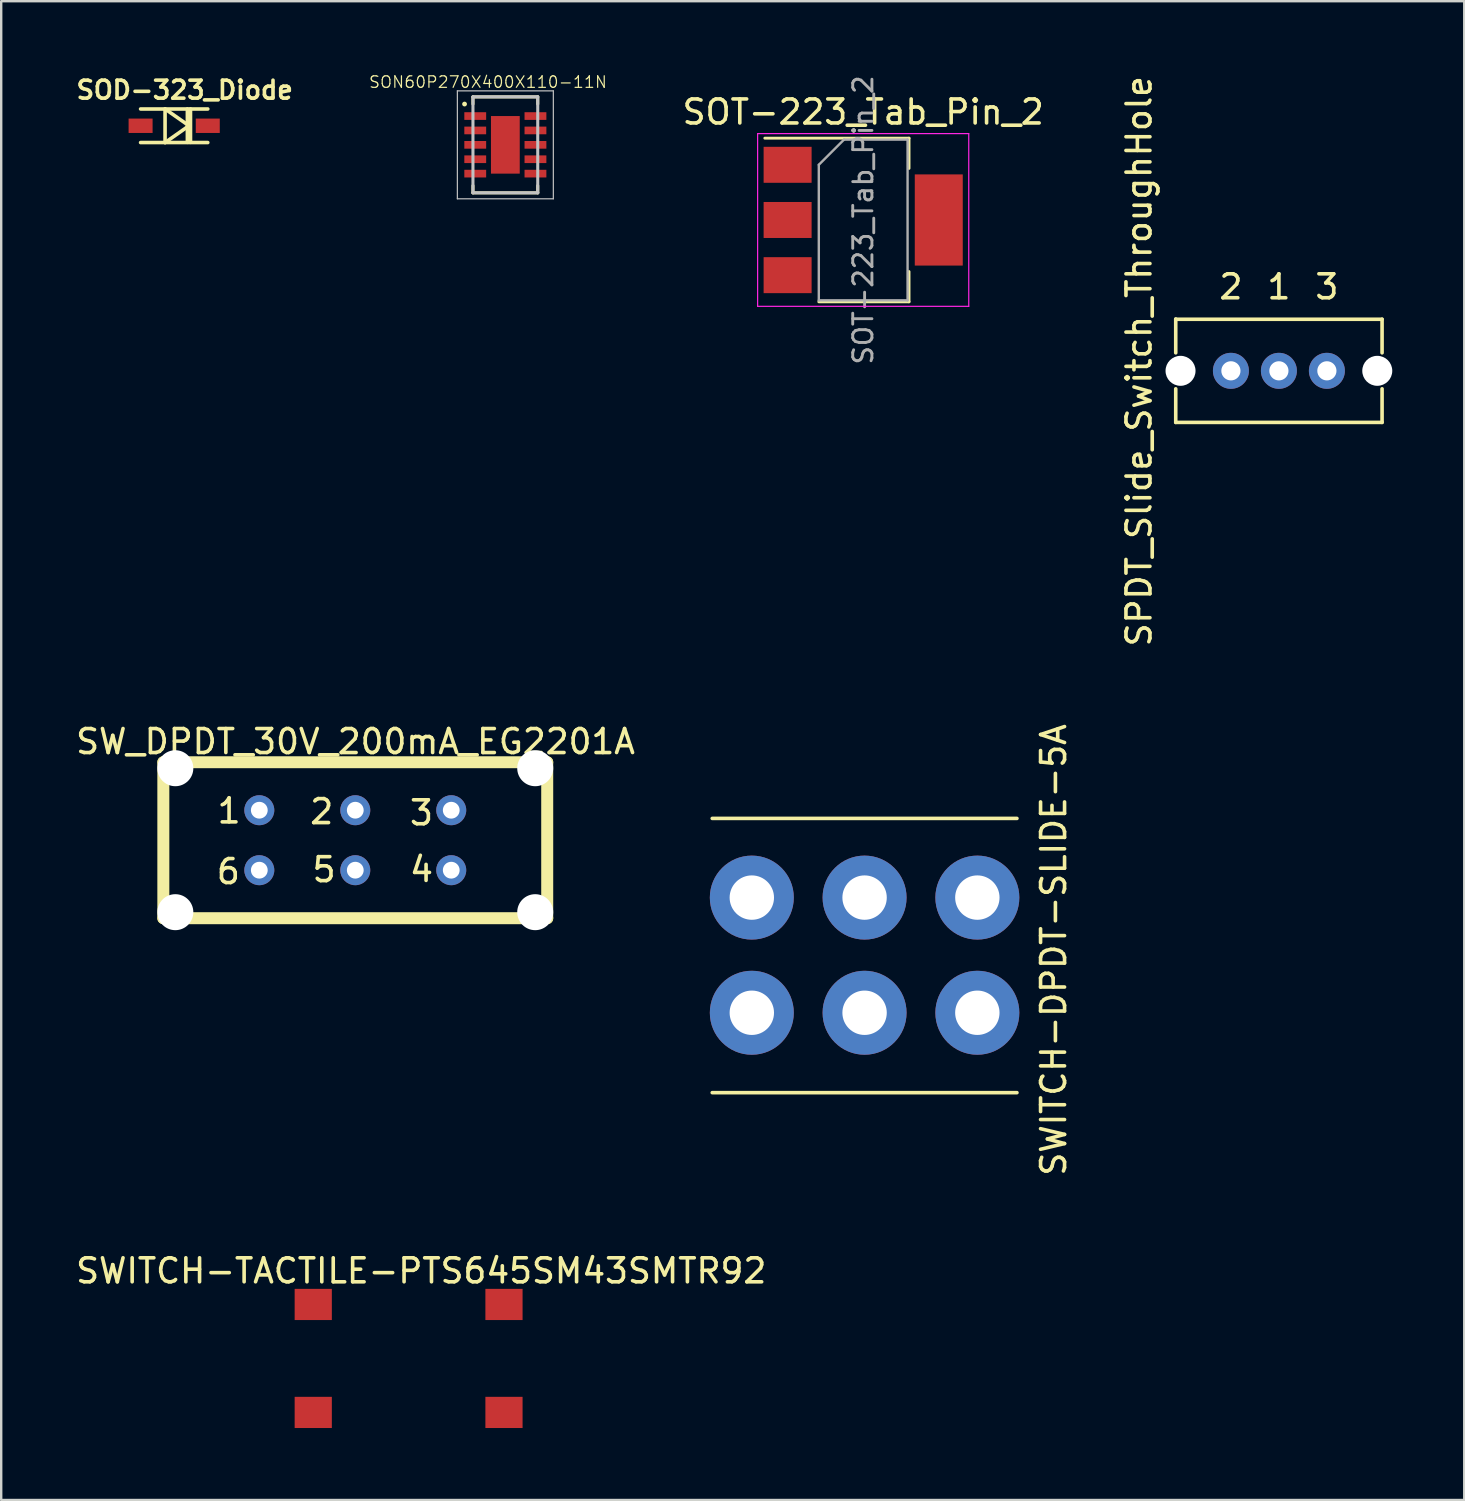
<source format=kicad_pcb>
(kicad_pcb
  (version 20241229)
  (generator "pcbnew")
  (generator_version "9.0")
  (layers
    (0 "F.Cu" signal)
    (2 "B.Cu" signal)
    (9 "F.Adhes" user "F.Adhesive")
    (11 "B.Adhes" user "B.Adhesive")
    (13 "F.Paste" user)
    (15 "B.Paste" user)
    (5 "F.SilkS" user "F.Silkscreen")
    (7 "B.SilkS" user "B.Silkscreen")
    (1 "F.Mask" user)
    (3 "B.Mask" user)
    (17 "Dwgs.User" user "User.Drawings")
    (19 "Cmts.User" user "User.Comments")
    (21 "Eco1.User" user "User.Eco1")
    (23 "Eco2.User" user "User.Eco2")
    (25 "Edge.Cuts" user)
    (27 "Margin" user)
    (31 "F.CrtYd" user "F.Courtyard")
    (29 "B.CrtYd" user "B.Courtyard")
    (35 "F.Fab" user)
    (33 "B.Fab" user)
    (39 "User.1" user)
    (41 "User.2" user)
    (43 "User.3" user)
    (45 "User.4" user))
  (footprint "SPDT_Slide_Switch_ThroughHole"
    (layer "F.Cu")
    (at 50.255 12.406)
    (property "Reference" "SPDT_Slide_Switch_ThroughHole" (at -5.83 -0.4 270) (layer "F.SilkS") (effects (font (size 1 1) (thickness 0.15))))
    (attr through_hole)
    (fp_line (start -4.3 -2.16) (end -4.3 -0.75) (stroke (width 0.15) (type solid)) (layer "F.SilkS"))
    (fp_line (start -4.3 -2.15) (end 4.3 -2.15) (stroke (width 0.15) (type solid)) (layer "F.SilkS"))
    (fp_line (start -4.3 2.15) (end -4.3 0.75) (stroke (width 0.15) (type solid)) (layer "F.SilkS"))
    (fp_line (start -4.3 2.15) (end 4.3 2.15) (stroke (width 0.15) (type solid)) (layer "F.SilkS"))
    (fp_line (start 4.3 -2.15) (end 4.3 -0.75) (stroke (width 0.15) (type solid)) (layer "F.SilkS"))
    (fp_line (start 4.3 2.15) (end 4.3 0.75) (stroke (width 0.15) (type solid)) (layer "F.SilkS"))
    (fp_text user "3" (at 2 -3.5 0) (layer "F.SilkS") (effects (font (size 1 1) (thickness 0.15))))
    (fp_text user "1" (at 0 -3.5 0) (layer "F.SilkS") (effects (font (size 1 1) (thickness 0.15))))
    (fp_text user "2" (at -2 -3.5 0) (layer "F.SilkS") (effects (font (size 1 1) (thickness 0.15))))
    (pad "" np_thru_hole circle (at -4.1 0) (size 1.25 1.25) (drill 1.25) (layers "*.Cu" "*.Mask"))
    (pad "" np_thru_hole circle (at 4.1 0) (size 1.25 1.25) (drill 1.25) (layers "*.Cu" "*.Mask"))
    (pad "1" thru_hole circle (at 0 0) (size 1.5 1.5) (drill 0.8) (layers "*.Cu" "*.Mask"))
    (pad "2" thru_hole circle (at -2 0) (size 1.5 1.5) (drill 0.8) (layers "*.Cu" "*.Mask"))
    (pad "3" thru_hole circle (at 2 0) (size 1.5 1.5) (drill 0.8) (layers "*.Cu" "*.Mask")))
  (footprint "SW_DPDT_30V_200mA_EG2201A"
    (layer "F.Cu")
    (at 11.758 31.97)
    (property "Reference" "SW_DPDT_30V_200mA_EG2201A" (at 0.01 -4.11 0) (layer "F.SilkS") (effects (font (size 1 1) (thickness 0.15))))
    (attr through_hole)
    (fp_line (start -8 -3.25) (end -8 3.25) (stroke (width 0.5) (type solid)) (layer "F.SilkS"))
    (fp_line (start -8 -3.25) (end 8 -3.25) (stroke (width 0.5) (type solid)) (layer "F.SilkS"))
    (fp_line (start 8 -3.25) (end 8 3.25) (stroke (width 0.5) (type solid)) (layer "F.SilkS"))
    (fp_line (start 8 3.25) (end -8 3.25) (stroke (width 0.5) (type solid)) (layer "F.SilkS"))
    (fp_text user "3" (at 2.76 -1.14 0) (layer "F.SilkS") (effects (font (size 1 1) (thickness 0.15))))
    (fp_text user "1" (at -5.26 -1.22 0) (layer "F.SilkS") (effects (font (size 1 1) (thickness 0.15))))
    (fp_text user "4" (at 2.76 1.22 0) (layer "F.SilkS") (effects (font (size 1 1) (thickness 0.15))))
    (fp_text user "6" (at -5.29 1.31 0) (layer "F.SilkS") (effects (font (size 1 1) (thickness 0.15))))
    (fp_text user "2" (at -1.4 -1.19 0) (layer "F.SilkS") (effects (font (size 1 1) (thickness 0.15))))
    (fp_text user "5" (at -1.3 1.23 0) (layer "F.SilkS") (effects (font (size 1 1) (thickness 0.15))))
    (pad "" np_thru_hole circle (at -7.5 -3) (size 1.5 1.5) (drill 1.5) (layers "*.Cu" "*.Mask"))
    (pad "" np_thru_hole circle (at -7.5 3) (size 1.5 1.5) (drill 1.5) (layers "*.Cu" "*.Mask"))
    (pad "" np_thru_hole circle (at 7.5 -3) (size 1.5 1.5) (drill 1.5) (layers "*.Cu" "*.Mask"))
    (pad "" np_thru_hole circle (at 7.5 3) (size 1.5 1.5) (drill 1.5) (layers "*.Cu" "*.Mask"))
    (pad "1" thru_hole circle (at -4 -1.25) (size 1.25 1.25) (drill 0.7) (layers "*.Cu" "*.Mask"))
    (pad "2" thru_hole circle (at 0 -1.25) (size 1.25 1.25) (drill 0.7) (layers "*.Cu" "*.Mask"))
    (pad "3" thru_hole circle (at 4 -1.25) (size 1.25 1.25) (drill 0.7) (layers "*.Cu" "*.Mask"))
    (pad "4" thru_hole circle (at 4 1.25) (size 1.25 1.25) (drill 0.7) (layers "*.Cu" "*.Mask"))
    (pad "5" thru_hole circle (at 0 1.25) (size 1.25 1.25) (drill 0.7) (layers "*.Cu" "*.Mask"))
    (pad "6" thru_hole circle (at -4 1.25) (size 1.25 1.25) (drill 0.7) (layers "*.Cu" "*.Mask")))
  (footprint "SWITCH-TACTILE-PTS645SM43SMTR92"
    (layer "F.Cu")
    (at 10.006 51.32)
    (property "Reference" "SWITCH-TACTILE-PTS645SM43SMTR92" (at 4.5 -1.4 0) (layer "F.SilkS") (effects (font (size 1 1) (thickness 0.15))))
    (attr through_hole)
    (pad "1" smd rect (at 0 0) (size 1.55 1.3) (layers "F.Cu" "F.Mask" "F.Paste"))
    (pad "1" smd rect (at 7.95 0) (size 1.55 1.3) (layers "F.Cu" "F.Mask" "F.Paste"))
    (pad "2" smd rect (at 0 4.5) (size 1.55 1.3) (layers "F.Cu" "F.Mask" "F.Paste"))
    (pad "2" smd rect (at 7.95 4.5) (size 1.55 1.3) (layers "F.Cu" "F.Mask" "F.Paste")))
  (footprint "SON60P270X400X110-11N"
    (layer "F.Cu")
    (at 18.013 2.987)
    (property "Reference" "SON60P270X400X110-11N" (at -0.723 -2.617 0) (layer "F.SilkS") (effects (font (size 0.481 0.481) (thickness 0.05))))
    (attr smd)
    (fp_line (start -1.35 -2) (end -1.35 -1.7) (stroke (width 0.127) (type solid)) (layer "F.SilkS"))
    (fp_line (start -1.35 1.7) (end -1.35 2) (stroke (width 0.127) (type solid)) (layer "F.SilkS"))
    (fp_line (start -1.35 2) (end 1.35 2) (stroke (width 0.127) (type solid)) (layer "F.SilkS"))
    (fp_line (start 1.35 -2) (end -1.35 -2) (stroke (width 0.127) (type solid)) (layer "F.SilkS"))
    (fp_line (start 1.35 -2) (end 1.35 -1.7) (stroke (width 0.127) (type solid)) (layer "F.SilkS"))
    (fp_line (start 1.35 2) (end 1.35 1.7) (stroke (width 0.127) (type solid)) (layer "F.SilkS"))
    (fp_circle (center -1.7 -1.7) (end -1.65 -1.7) (stroke (width 0.1) (type solid)) (fill no) (layer "F.SilkS"))
    (fp_poly (pts (xy -0.381 -0.76) (xy 0.38 -0.76) (xy 0.38 0.762) (xy -0.381 0.762)) (stroke (width 0.381) (type solid)) (fill yes) (layer "F.Paste"))
    (fp_line (start -2 -2.25) (end 2 -2.25) (stroke (width 0.05) (type solid)) (layer "Dwgs.User"))
    (fp_line (start -2 2.25) (end -2 -2.25) (stroke (width 0.05) (type solid)) (layer "Dwgs.User"))
    (fp_line (start -1.35 -2) (end 1.35 -2) (stroke (width 0.127) (type solid)) (layer "Dwgs.User"))
    (fp_line (start -1.35 2) (end -1.35 -2) (stroke (width 0.127) (type solid)) (layer "Dwgs.User"))
    (fp_line (start 1.35 -2) (end 1.35 2) (stroke (width 0.127) (type solid)) (layer "Dwgs.User"))
    (fp_line (start 1.35 2) (end -1.35 2) (stroke (width 0.127) (type solid)) (layer "Dwgs.User"))
    (fp_line (start 2 -2.25) (end 2 2.25) (stroke (width 0.05) (type solid)) (layer "Dwgs.User"))
    (fp_line (start 2 2.25) (end -2 2.25) (stroke (width 0.05) (type solid)) (layer "Dwgs.User"))
    (pad "1" smd rect (at -1.255 -1.2) (size 0.91 0.32) (layers "F.Cu" "F.Mask" "F.Paste"))
    (pad "2" smd rect (at -1.255 -0.6) (size 0.91 0.32) (layers "F.Cu" "F.Mask" "F.Paste"))
    (pad "3" smd rect (at -1.255 0) (size 0.91 0.32) (layers "F.Cu" "F.Mask" "F.Paste"))
    (pad "4" smd rect (at -1.255 0.6) (size 0.91 0.32) (layers "F.Cu" "F.Mask" "F.Paste"))
    (pad "5" smd rect (at -1.255 1.2) (size 0.91 0.32) (layers "F.Cu" "F.Mask" "F.Paste"))
    (pad "6" smd rect (at 1.255 1.2) (size 0.91 0.32) (layers "F.Cu" "F.Mask" "F.Paste"))
    (pad "7" smd rect (at 1.255 0.6) (size 0.91 0.32) (layers "F.Cu" "F.Mask" "F.Paste"))
    (pad "8" smd rect (at 1.255 0) (size 0.91 0.32) (layers "F.Cu" "F.Mask" "F.Paste"))
    (pad "9" smd rect (at 1.255 -0.6) (size 0.91 0.32) (layers "F.Cu" "F.Mask" "F.Paste"))
    (pad "10" smd rect (at 1.255 -1.2) (size 0.91 0.32) (layers "F.Cu" "F.Mask" "F.Paste"))
    (pad "11" smd rect (at 0 0) (size 1.2 2.4) (layers "F.Cu" "F.Mask" "F.Paste")))
  (footprint "SOD-323_Diode"
    (layer "F.Cu")
    (at 4.21 2.192)
    (property "Reference" "SOD-323_Diode" (at 0.44 -1.49 0) (layer "F.SilkS") (effects (font (size 0.75 0.75) (thickness 0.15))))
    (attr through_hole)
    (fp_line (start -1.4 -0.7) (end 1.4 -0.7) (stroke (width 0.15) (type solid)) (layer "F.SilkS"))
    (fp_line (start -1.4 0.7) (end 1.4 0.7) (stroke (width 0.15) (type solid)) (layer "F.SilkS"))
    (fp_line (start -0.38 -0.7) (end -0.38 0.7) (stroke (width 0.15) (type solid)) (layer "F.SilkS"))
    (fp_line (start -0.38 0.7) (end 0.63 -0.01) (stroke (width 0.15) (type solid)) (layer "F.SilkS"))
    (fp_line (start 0.55 -0.7) (end 0.55 0.69) (stroke (width 0.15) (type solid)) (layer "F.SilkS"))
    (fp_line (start 0.62 0) (end -0.38 -0.7) (stroke (width 0.15) (type solid)) (layer "F.SilkS"))
    (fp_line (start 0.68 -0.7) (end 0.68 0.69) (stroke (width 0.15) (type solid)) (layer "F.SilkS"))
    (pad "1" smd rect (at 1.4 0) (size 1 0.6) (layers "F.Cu" "F.Mask" "F.Paste"))
    (pad "2" smd rect (at -1.4 0) (size 1 0.6) (layers "F.Cu" "F.Mask" "F.Paste")))
  (footprint "SWITCH-DPDT-SLIDE-5A"
    (layer "F.Cu")
    (at 32.986 34.362)
    (property "Reference" "SWITCH-DPDT-SLIDE-5A" (at 7.88 2.18 90) (layer "F.SilkS") (effects (font (size 1 1) (thickness 0.15))))
    (attr through_hole)
    (fp_line (start -6.35 -3.3) (end 6.35 -3.3) (stroke (width 0.15) (type solid)) (layer "F.SilkS"))
    (fp_line (start -6.35 8.13) (end 6.35 8.13) (stroke (width 0.15) (type solid)) (layer "F.SilkS"))
    (pad "1" thru_hole circle (at 4.7 0) (size 3.5 3.5) (drill 1.85) (layers "*.Cu" "*.Mask"))
    (pad "2" thru_hole circle (at 0 0) (size 3.5 3.5) (drill 1.85) (layers "*.Cu" "*.Mask"))
    (pad "3" thru_hole circle (at -4.7 0) (size 3.5 3.5) (drill 1.85) (layers "*.Cu" "*.Mask"))
    (pad "4" thru_hole circle (at -4.7 4.8) (size 3.5 3.5) (drill 1.85) (layers "*.Cu" "*.Mask"))
    (pad "5" thru_hole circle (at 0 4.8) (size 3.5 3.5) (drill 1.85) (layers "*.Cu" "*.Mask"))
    (pad "6" thru_hole circle (at 4.7 4.8) (size 3.5 3.5) (drill 1.85) (layers "*.Cu" "*.Mask")))
  (footprint "SOT-223_Tab_Pin_2"
    (layer "F.Cu")
    (at 32.928 6.119)
    (property "Reference" "SOT-223_Tab_Pin_2" (at 0 -4.5 0) (layer "F.SilkS") (effects (font (size 1 1) (thickness 0.15))))
    (attr smd)
    (fp_line (start -4.1 -3.41) (end 1.91 -3.41) (stroke (width 0.12) (type solid)) (layer "F.SilkS"))
    (fp_line (start -1.85 3.41) (end 1.91 3.41) (stroke (width 0.12) (type solid)) (layer "F.SilkS"))
    (fp_line (start 1.91 -3.41) (end 1.91 -2.15) (stroke (width 0.12) (type solid)) (layer "F.SilkS"))
    (fp_line (start 1.91 3.41) (end 1.91 2.15) (stroke (width 0.12) (type solid)) (layer "F.SilkS"))
    (fp_line (start -4.4 -3.6) (end -4.4 3.6) (stroke (width 0.05) (type solid)) (layer "F.CrtYd"))
    (fp_line (start -4.4 3.6) (end 4.4 3.6) (stroke (width 0.05) (type solid)) (layer "F.CrtYd"))
    (fp_line (start 4.4 -3.6) (end -4.4 -3.6) (stroke (width 0.05) (type solid)) (layer "F.CrtYd"))
    (fp_line (start 4.4 3.6) (end 4.4 -3.6) (stroke (width 0.05) (type solid)) (layer "F.CrtYd"))
    (fp_line (start -1.85 -2.3) (end -1.85 3.35) (stroke (width 0.1) (type solid)) (layer "F.Fab"))
    (fp_line (start -1.85 -2.3) (end -0.8 -3.35) (stroke (width 0.1) (type solid)) (layer "F.Fab"))
    (fp_line (start -1.85 3.35) (end 1.85 3.35) (stroke (width 0.1) (type solid)) (layer "F.Fab"))
    (fp_line (start -0.8 -3.35) (end 1.85 -3.35) (stroke (width 0.1) (type solid)) (layer "F.Fab"))
    (fp_line (start 1.85 -3.35) (end 1.85 3.35) (stroke (width 0.1) (type solid)) (layer "F.Fab"))
    (fp_text user "${REFERENCE}" (at 0 0 90) (layer "F.Fab") (effects (font (size 0.8 0.8) (thickness 0.12))))
    (pad "1" smd rect (at -3.15 -2.3) (size 2 1.5) (layers "F.Cu" "F.Mask" "F.Paste"))
    (pad "2" smd rect (at -3.15 0) (size 2 1.5) (layers "F.Cu" "F.Mask" "F.Paste"))
    (pad "2" smd rect (at 3.15 0) (size 2 3.8) (layers "F.Cu" "F.Mask" "F.Paste"))
    (pad "3" smd rect (at -3.15 2.3) (size 2 1.5) (layers "F.Cu" "F.Mask" "F.Paste")))
  (gr_rect
    (start -3 -3)
    (end 57.98 59.47)
    (stroke (width 0.1) (type default))
    (fill no)
    (layer "Edge.Cuts")))
</source>
